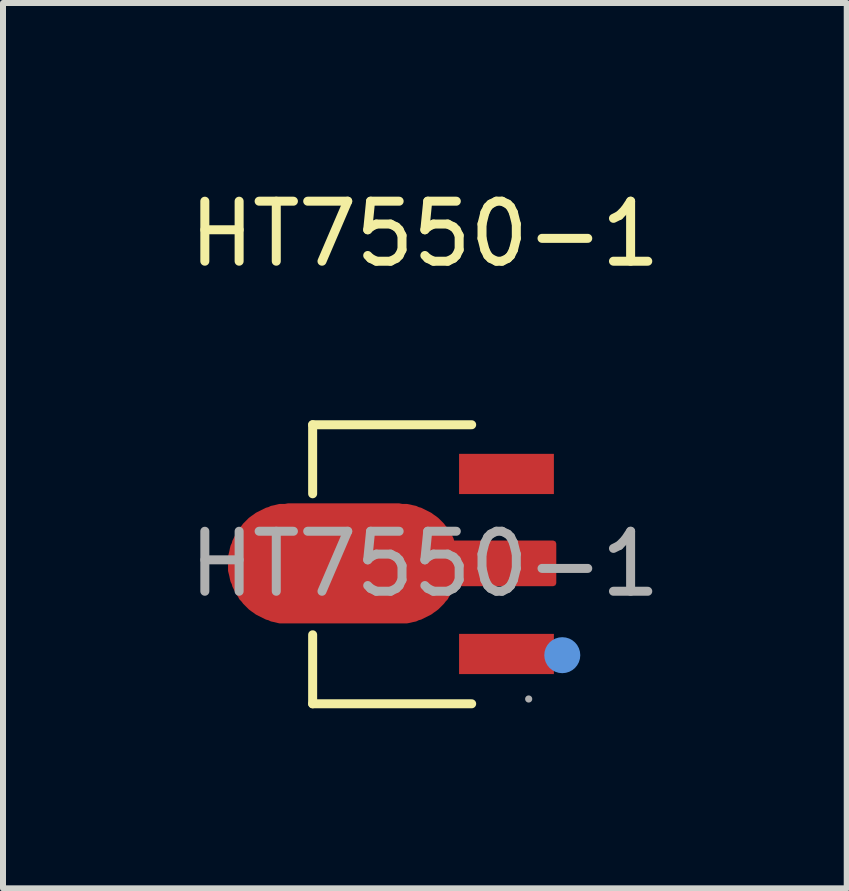
<source format=kicad_pcb>
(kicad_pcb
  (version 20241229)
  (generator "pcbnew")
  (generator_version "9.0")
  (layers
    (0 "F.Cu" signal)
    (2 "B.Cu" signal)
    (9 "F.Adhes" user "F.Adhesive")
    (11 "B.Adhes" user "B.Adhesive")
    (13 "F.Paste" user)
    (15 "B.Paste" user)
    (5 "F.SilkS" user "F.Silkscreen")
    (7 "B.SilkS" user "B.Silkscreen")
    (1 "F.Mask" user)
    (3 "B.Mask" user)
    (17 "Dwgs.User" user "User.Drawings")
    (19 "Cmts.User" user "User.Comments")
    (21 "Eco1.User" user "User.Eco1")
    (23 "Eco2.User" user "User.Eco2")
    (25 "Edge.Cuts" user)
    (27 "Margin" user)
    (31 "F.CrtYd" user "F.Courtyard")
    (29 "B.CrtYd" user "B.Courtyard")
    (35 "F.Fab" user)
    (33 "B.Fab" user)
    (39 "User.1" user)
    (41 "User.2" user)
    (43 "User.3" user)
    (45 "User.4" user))
  (footprint "HT7550-1"
    (layer "F.Cu")
    (at 4.03 6.348)
    (property "Reference" "HT7550-1" (at 0 -5.5 0) (layer "F.SilkS") (effects (font (size 1 1) (thickness 0.15))))
    (attr smd)
    (fp_line (start -1.87 -2.32) (end -1.87 -1.17) (stroke (width 0.15) (type solid)) (layer "F.SilkS"))
    (fp_line (start -1.87 2.33) (end -1.87 1.18) (stroke (width 0.15) (type solid)) (layer "F.SilkS"))
    (fp_line (start 0.78 -2.32) (end -1.87 -2.32) (stroke (width 0.15) (type solid)) (layer "F.SilkS"))
    (fp_line (start 0.78 2.33) (end -1.87 2.33) (stroke (width 0.15) (type solid)) (layer "F.SilkS"))
    (fp_circle (center 2.29 1.52) (end 2.44 1.52) (stroke (width 0.3) (type solid)) (fill no) (layer "Cmts.User"))
    (fp_circle (center 1.73 2.25) (end 1.76 2.25) (stroke (width 0.06) (type solid)) (fill no) (layer "F.Fab"))
    (fp_text user "${REFERENCE}" (at 0 0 0) (layer "F.Fab") (effects (font (size 1 1) (thickness 0.15))))
    (pad "1" smd rect (at 1.36 1.5) (size 1.58 0.67) (layers "F.Cu" "F.Mask" "F.Paste"))
    (pad "2" smd custom (at -1.36 -0.01) (size 0.01 0.01) (layers "F.Cu" "F.Mask" "F.Paste") (options (anchor circle)) (primitives (gr_poly (pts (xy -0.92 -0.95) (xy 0.93 -0.95) (xy 0.98 -0.94) (xy 1.02 -0.94) (xy 1.06 -0.94) (xy 1.11 -0.93) (xy 1.15 -0.92) (xy 1.2 -0.91) (xy 1.24 -0.89) (xy 1.28 -0.88) (xy 1.32 -0.86) (xy 1.36 -0.84) (xy 1.4 -0.82) (xy 1.44 -0.8) (xy 1.48 -0.77) (xy 1.51 -0.75) (xy 1.55 -0.72) (xy 1.58 -0.69) (xy 1.61 -0.66) (xy 1.64 -0.63) (xy 1.67 -0.59) (xy 1.7 -0.56) (xy 1.72 -0.52) (xy 1.75 -0.48) (xy 1.77 -0.44) (xy 1.79 -0.4) (xy 1.81 -0.33) (xy 3.5 -0.33) (xy 3.5 0.33) (xy 1.81 0.33) (xy 1.79 0.41) (xy 1.77 0.45) (xy 1.75 0.49) (xy 1.72 0.53) (xy 1.7 0.57) (xy 1.67 0.6) (xy 1.64 0.64) (xy 1.61 0.67) (xy 1.58 0.7) (xy 1.55 0.73) (xy 1.51 0.76) (xy 1.48 0.78) (xy 1.44 0.81) (xy 1.4 0.83) (xy 1.36 0.85) (xy 1.32 0.87) (xy 1.28 0.89) (xy 1.24 0.9) (xy 1.2 0.92) (xy 1.15 0.93) (xy 1.11 0.94) (xy 1.06 0.95) (xy 1.02 0.95) (xy 0.98 0.95) (xy 0.93 0.95) (xy -0.92 0.95) (xy -0.97 0.95) (xy -1.01 0.95) (xy -1.06 0.95) (xy -1.1 0.94) (xy -1.14 0.93) (xy -1.19 0.92) (xy -1.23 0.9) (xy -1.27 0.89) (xy -1.31 0.87) (xy -1.35 0.85) (xy -1.39 0.83) (xy -1.43 0.81) (xy -1.47 0.78) (xy -1.5 0.76) (xy -1.54 0.73) (xy -1.57 0.7) (xy -1.6 0.67) (xy -1.63 0.64) (xy -1.66 0.6) (xy -1.69 0.57) (xy -1.71 0.53) (xy -1.74 0.49) (xy -1.76 0.45) (xy -1.78 0.41) (xy -1.8 0.37) (xy -1.81 0.33) (xy -1.83 0.29) (xy -1.84 0.25) (xy -1.85 0.2) (xy -1.86 0.16) (xy -1.87 0.12) (xy -1.87 0.07) (xy -1.87 0.03) (xy -1.87 -0.02) (xy -1.87 -0.06) (xy -1.87 -0.11) (xy -1.86 -0.15) (xy -1.85 -0.19) (xy -1.84 -0.24) (xy -1.83 -0.28) (xy -1.81 -0.32) (xy -1.8 -0.36) (xy -1.78 -0.4) (xy -1.76 -0.44) (xy -1.74 -0.48) (xy -1.71 -0.52) (xy -1.69 -0.56) (xy -1.66 -0.59) (xy -1.63 -0.63) (xy -1.6 -0.66) (xy -1.57 -0.69) (xy -1.54 -0.72) (xy -1.5 -0.75) (xy -1.47 -0.77) (xy -1.43 -0.8) (xy -1.39 -0.82) (xy -1.35 -0.84) (xy -1.31 -0.86) (xy -1.27 -0.88) (xy -1.23 -0.89) (xy -1.19 -0.91) (xy -1.14 -0.92) (xy -1.1 -0.93) (xy -1.06 -0.94) (xy -1.01 -0.94) (xy -0.97 -0.94) (xy -0.92 -0.95)) (width 0.1) (fill yes))))
    (pad "3" smd rect (at 1.36 -1.5) (size 1.58 0.67) (layers "F.Cu" "F.Mask" "F.Paste")))
  (gr_rect
    (start -3 -3)
    (end 11.06 11.753)
    (stroke (width 0.1) (type default))
    (fill no)
    (layer "Edge.Cuts")))
</source>
